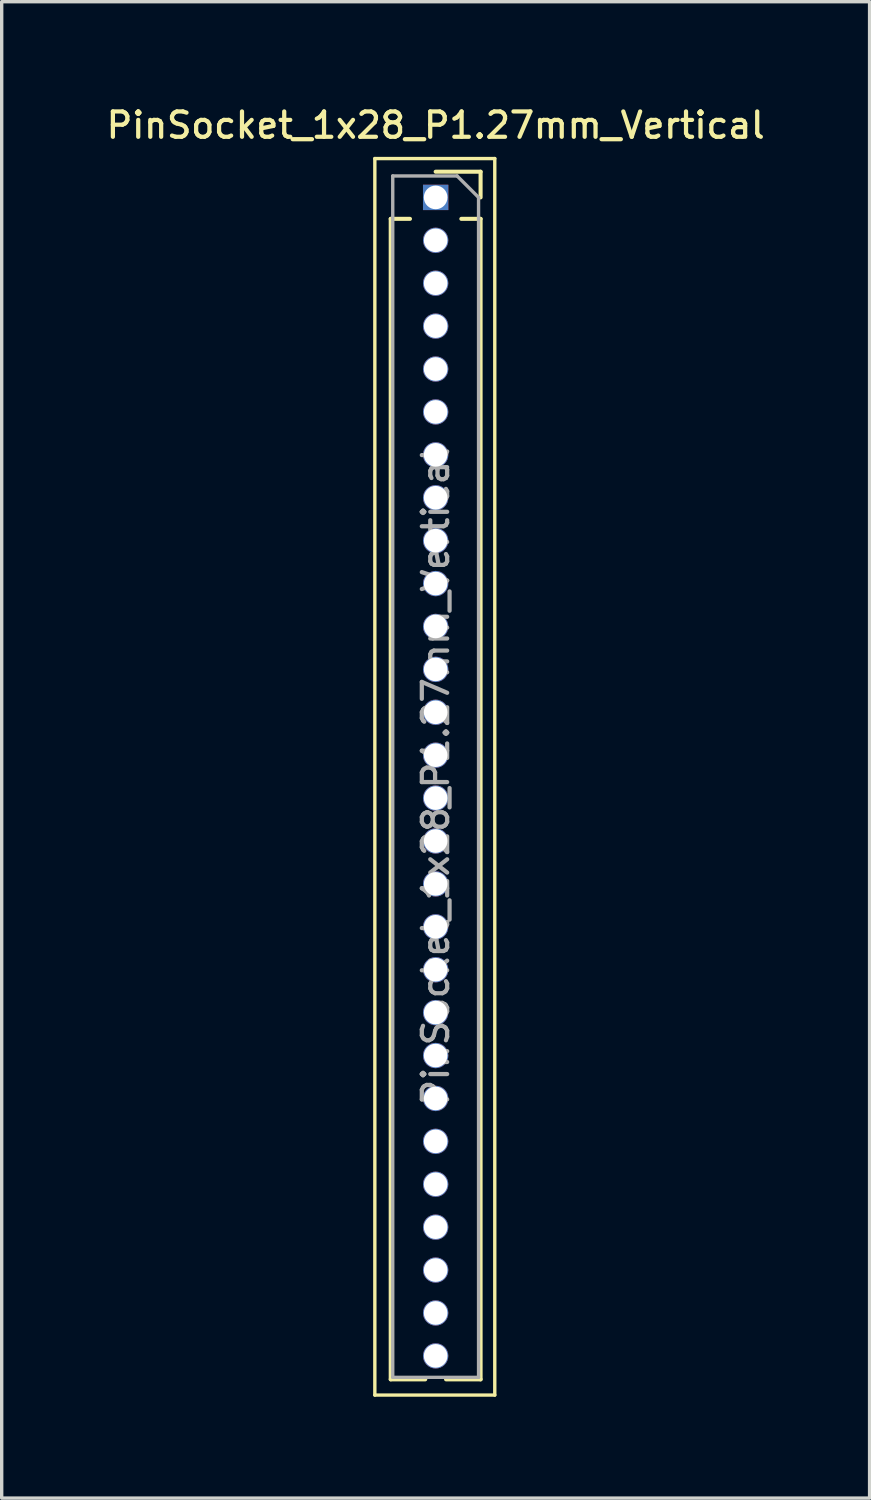
<source format=kicad_pcb>
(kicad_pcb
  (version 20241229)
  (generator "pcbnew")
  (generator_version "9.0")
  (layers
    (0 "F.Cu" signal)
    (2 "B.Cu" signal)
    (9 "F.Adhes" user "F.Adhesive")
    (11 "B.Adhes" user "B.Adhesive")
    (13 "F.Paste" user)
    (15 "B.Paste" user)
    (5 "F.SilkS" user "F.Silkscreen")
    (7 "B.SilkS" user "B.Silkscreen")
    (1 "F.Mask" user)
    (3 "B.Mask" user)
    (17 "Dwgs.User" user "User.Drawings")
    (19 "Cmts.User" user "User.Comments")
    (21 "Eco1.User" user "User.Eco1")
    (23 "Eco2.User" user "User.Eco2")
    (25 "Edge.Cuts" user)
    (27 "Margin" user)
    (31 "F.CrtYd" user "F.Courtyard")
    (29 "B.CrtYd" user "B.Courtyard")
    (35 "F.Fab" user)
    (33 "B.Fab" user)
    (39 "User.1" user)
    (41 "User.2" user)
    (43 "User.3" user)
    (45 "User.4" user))
  (footprint "PinSocket_1x28_P1.27mm_Vertical"
    (layer "F.Cu")
    (at 9.845 2.793)
    (property "Reference" "PinSocket_1x28_P1.27mm_Vertical" (at 0 -2.135 0) (layer "F.SilkS") (effects (font (size 0.75 0.75) (thickness 0.125))))
    (attr through_hole)
    (fp_line (start -1.8 -1.15) (end 1.75 -1.15) (stroke (width 0.1) (type solid)) (layer "F.SilkS"))
    (fp_line (start -1.8 35.45) (end -1.8 -1.15) (stroke (width 0.1) (type solid)) (layer "F.SilkS"))
    (fp_line (start -1.33 0.635) (end -1.33 34.985) (stroke (width 0.12) (type solid)) (layer "F.SilkS"))
    (fp_line (start -1.33 0.635) (end -0.76 0.635) (stroke (width 0.12) (type solid)) (layer "F.SilkS"))
    (fp_line (start -1.33 34.985) (end -0.308 34.985) (stroke (width 0.12) (type solid)) (layer "F.SilkS"))
    (fp_line (start 0 -0.76) (end 1.33 -0.76) (stroke (width 0.12) (type solid)) (layer "F.SilkS"))
    (fp_line (start 0.308 34.985) (end 1.33 34.985) (stroke (width 0.12) (type solid)) (layer "F.SilkS"))
    (fp_line (start 0.76 0.635) (end 1.33 0.635) (stroke (width 0.12) (type solid)) (layer "F.SilkS"))
    (fp_line (start 1.33 -0.76) (end 1.33 0) (stroke (width 0.12) (type solid)) (layer "F.SilkS"))
    (fp_line (start 1.33 0.635) (end 1.33 34.985) (stroke (width 0.12) (type solid)) (layer "F.SilkS"))
    (fp_line (start 1.75 -1.15) (end 1.75 35.45) (stroke (width 0.1) (type solid)) (layer "F.SilkS"))
    (fp_line (start 1.75 35.45) (end -1.8 35.45) (stroke (width 0.1) (type solid)) (layer "F.SilkS"))
    (fp_line (start -1.27 -0.635) (end 0.635 -0.635) (stroke (width 0.1) (type solid)) (layer "F.Fab"))
    (fp_line (start -1.27 34.925) (end -1.27 -0.635) (stroke (width 0.1) (type solid)) (layer "F.Fab"))
    (fp_line (start 0.635 -0.635) (end 1.27 0) (stroke (width 0.1) (type solid)) (layer "F.Fab"))
    (fp_line (start 1.27 0) (end 1.27 34.925) (stroke (width 0.1) (type solid)) (layer "F.Fab"))
    (fp_line (start 1.27 34.925) (end -1.27 34.925) (stroke (width 0.1) (type solid)) (layer "F.Fab"))
    (fp_text user "${REFERENCE}" (at 0 17.145 90) (layer "F.Fab") (effects (font (size 0.75 0.75) (thickness 0.125))))
    (pad "1" thru_hole rect (at 0 0) (size 0.75 0.75) (drill 0.7) (layers "*.Cu" "*.Mask"))
    (pad "2" thru_hole oval (at 0 1.27) (size 0.75 0.75) (drill 0.7) (layers "*.Cu" "*.Mask"))
    (pad "3" thru_hole oval (at 0 2.54) (size 0.75 0.75) (drill 0.7) (layers "*.Cu" "*.Mask"))
    (pad "4" thru_hole oval (at 0 3.81) (size 0.75 0.75) (drill 0.7) (layers "*.Cu" "*.Mask"))
    (pad "5" thru_hole oval (at 0 5.08) (size 0.75 0.75) (drill 0.7) (layers "*.Cu" "*.Mask"))
    (pad "6" thru_hole oval (at 0 6.35) (size 0.75 0.75) (drill 0.7) (layers "*.Cu" "*.Mask"))
    (pad "7" thru_hole oval (at 0 7.62) (size 0.75 0.75) (drill 0.7) (layers "*.Cu" "*.Mask"))
    (pad "8" thru_hole oval (at 0 8.89) (size 0.75 0.75) (drill 0.7) (layers "*.Cu" "*.Mask"))
    (pad "9" thru_hole oval (at 0 10.16) (size 0.75 0.75) (drill 0.7) (layers "*.Cu" "*.Mask"))
    (pad "10" thru_hole oval (at 0 11.43) (size 0.75 0.75) (drill 0.7) (layers "*.Cu" "*.Mask"))
    (pad "11" thru_hole oval (at 0 12.7) (size 0.75 0.75) (drill 0.7) (layers "*.Cu" "*.Mask"))
    (pad "12" thru_hole oval (at 0 13.97) (size 0.75 0.75) (drill 0.7) (layers "*.Cu" "*.Mask"))
    (pad "13" thru_hole oval (at 0 15.24) (size 0.75 0.75) (drill 0.7) (layers "*.Cu" "*.Mask"))
    (pad "14" thru_hole oval (at 0 16.51) (size 0.75 0.75) (drill 0.7) (layers "*.Cu" "*.Mask"))
    (pad "15" thru_hole oval (at 0 17.78) (size 0.75 0.75) (drill 0.7) (layers "*.Cu" "*.Mask"))
    (pad "16" thru_hole oval (at 0 19.05) (size 0.75 0.75) (drill 0.7) (layers "*.Cu" "*.Mask"))
    (pad "17" thru_hole oval (at 0 20.32) (size 0.75 0.75) (drill 0.7) (layers "*.Cu" "*.Mask"))
    (pad "18" thru_hole oval (at 0 21.59) (size 0.75 0.75) (drill 0.7) (layers "*.Cu" "*.Mask"))
    (pad "19" thru_hole oval (at 0 22.86) (size 0.75 0.75) (drill 0.7) (layers "*.Cu" "*.Mask"))
    (pad "20" thru_hole oval (at 0 24.13) (size 0.75 0.75) (drill 0.7) (layers "*.Cu" "*.Mask"))
    (pad "21" thru_hole oval (at 0 25.4) (size 0.75 0.75) (drill 0.7) (layers "*.Cu" "*.Mask"))
    (pad "22" thru_hole oval (at 0 26.67) (size 0.75 0.75) (drill 0.7) (layers "*.Cu" "*.Mask"))
    (pad "23" thru_hole oval (at 0 27.94) (size 0.75 0.75) (drill 0.7) (layers "*.Cu" "*.Mask"))
    (pad "24" thru_hole oval (at 0 29.21) (size 0.75 0.75) (drill 0.7) (layers "*.Cu" "*.Mask"))
    (pad "25" thru_hole oval (at 0 30.48) (size 0.75 0.75) (drill 0.7) (layers "*.Cu" "*.Mask"))
    (pad "26" thru_hole oval (at 0 31.75) (size 0.75 0.75) (drill 0.7) (layers "*.Cu" "*.Mask"))
    (pad "27" thru_hole oval (at 0 33.02) (size 0.75 0.75) (drill 0.7) (layers "*.Cu" "*.Mask"))
    (pad "28" thru_hole oval (at 0 34.29) (size 0.75 0.75) (drill 0.7) (layers "*.Cu" "*.Mask")))
  (gr_rect
    (start -3 -3)
    (end 22.689 41.293)
    (stroke (width 0.1) (type default))
    (fill no)
    (layer "Edge.Cuts")))
</source>
